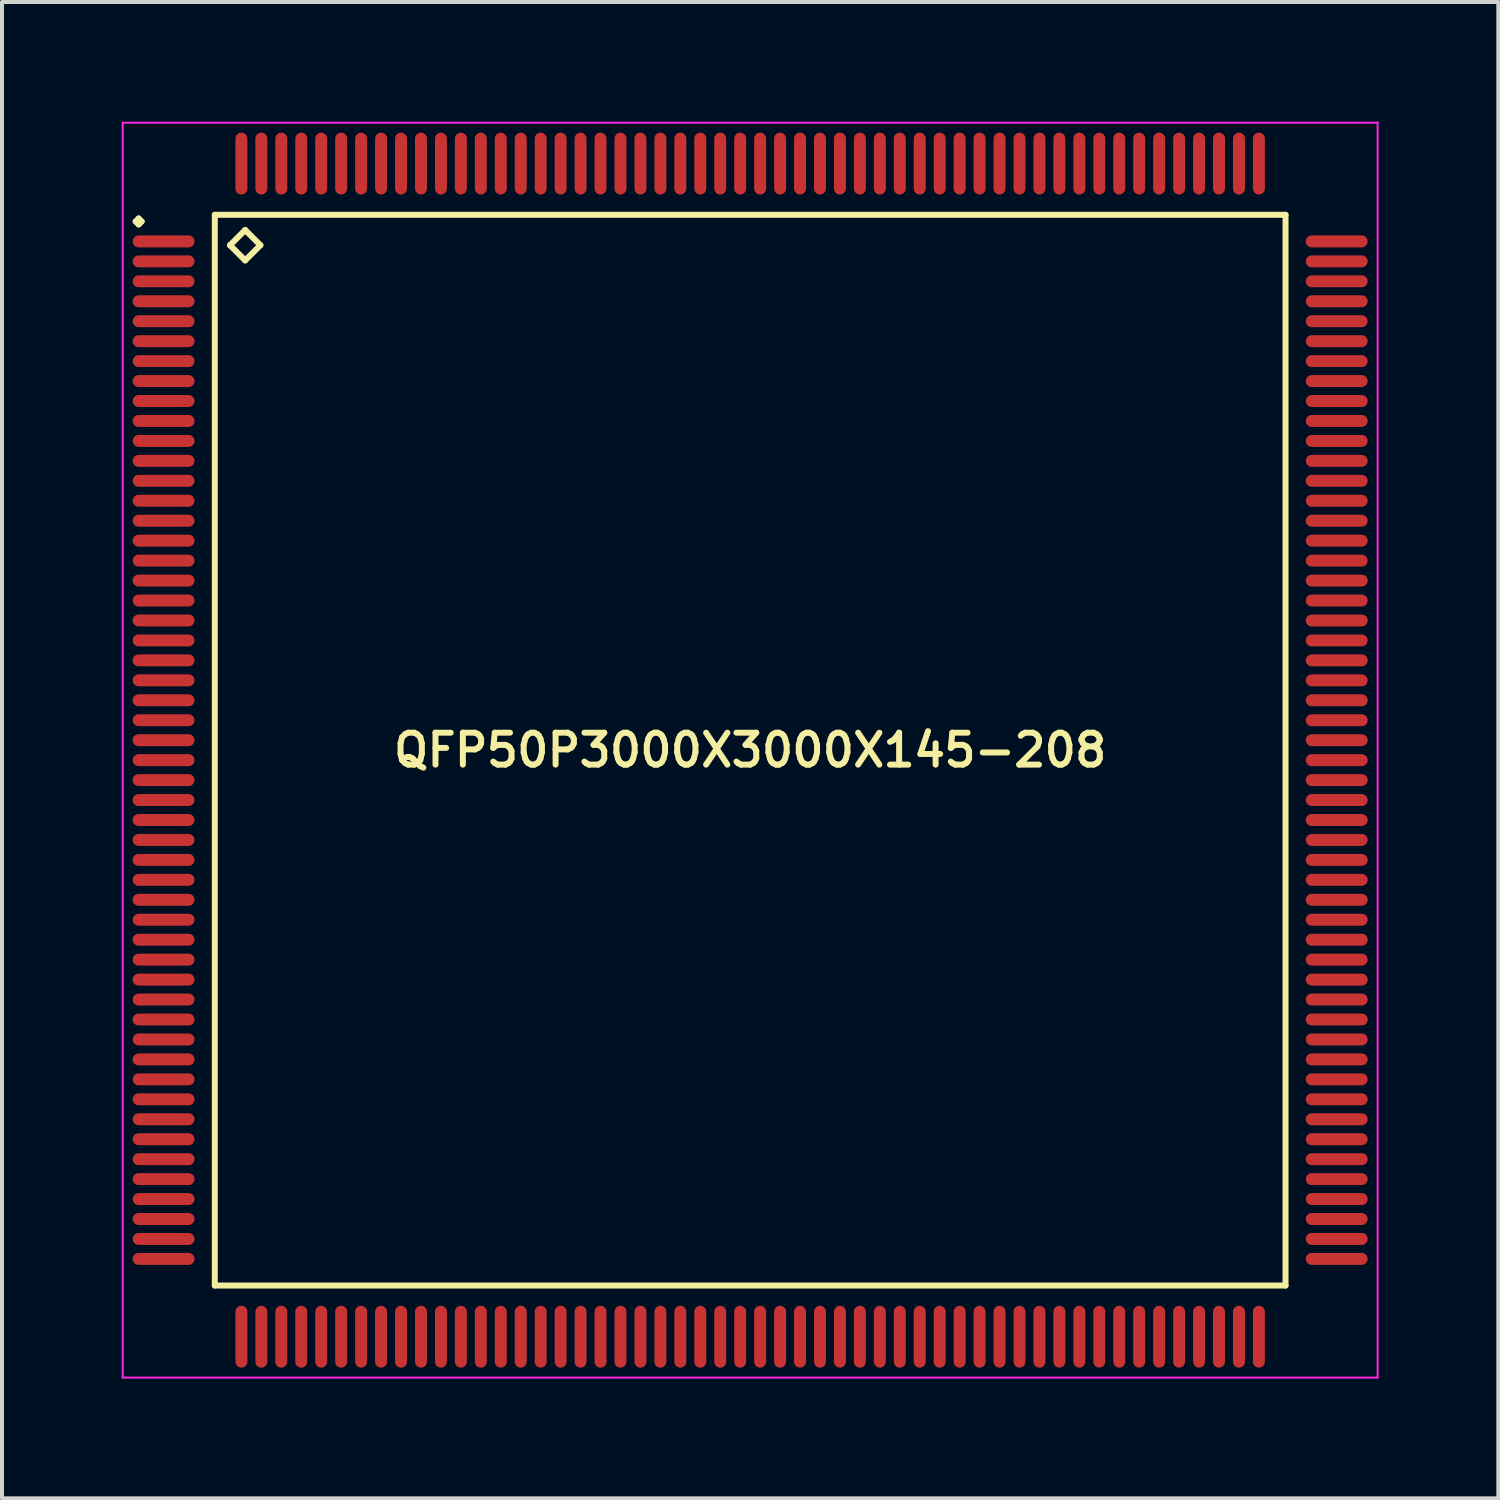
<source format=kicad_pcb>
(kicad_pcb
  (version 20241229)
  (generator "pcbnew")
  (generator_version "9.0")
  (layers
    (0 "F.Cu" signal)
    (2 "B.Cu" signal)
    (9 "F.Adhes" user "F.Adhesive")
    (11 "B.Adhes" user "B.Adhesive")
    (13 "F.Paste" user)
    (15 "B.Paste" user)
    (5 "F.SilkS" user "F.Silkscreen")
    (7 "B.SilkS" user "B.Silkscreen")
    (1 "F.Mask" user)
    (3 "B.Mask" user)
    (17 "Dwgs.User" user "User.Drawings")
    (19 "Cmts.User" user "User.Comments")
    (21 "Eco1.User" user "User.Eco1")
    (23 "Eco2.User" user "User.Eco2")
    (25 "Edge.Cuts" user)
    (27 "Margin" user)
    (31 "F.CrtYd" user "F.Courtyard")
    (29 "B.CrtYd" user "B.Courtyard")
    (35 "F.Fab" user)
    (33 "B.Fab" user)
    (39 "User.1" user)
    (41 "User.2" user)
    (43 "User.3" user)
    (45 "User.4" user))
  (footprint "QFP50P3000X3000X145-208"
    (layer "F.Cu")
    (at 15.75 15.75)
    (property "Reference" "QFP50P3000X3000X145-208" (at 0 0 0) (layer "F.SilkS") (effects (font (size 0.8 0.8) (thickness 0.15))))
    (attr smd)
    (fp_line (start -15.4 -13.25) (end -15.325 -13.325) (stroke (width 0.15) (type solid)) (layer "F.SilkS"))
    (fp_line (start -15.325 -13.325) (end -15.25 -13.25) (stroke (width 0.15) (type solid)) (layer "F.SilkS"))
    (fp_line (start -15.325 -13.175) (end -15.4 -13.25) (stroke (width 0.15) (type solid)) (layer "F.SilkS"))
    (fp_line (start -15.25 -13.25) (end -15.325 -13.175) (stroke (width 0.15) (type solid)) (layer "F.SilkS"))
    (fp_line (start -13.417 -13.417) (end -13.417 13.417) (stroke (width 0.15) (type solid)) (layer "F.SilkS"))
    (fp_line (start -13.417 13.417) (end 13.417 13.417) (stroke (width 0.15) (type solid)) (layer "F.SilkS"))
    (fp_line (start -13.036 -12.655) (end -12.655 -13.036) (stroke (width 0.15) (type solid)) (layer "F.SilkS"))
    (fp_line (start -12.655 -13.036) (end -12.274 -12.655) (stroke (width 0.15) (type solid)) (layer "F.SilkS"))
    (fp_line (start -12.655 -12.274) (end -13.036 -12.655) (stroke (width 0.15) (type solid)) (layer "F.SilkS"))
    (fp_line (start -12.274 -12.655) (end -12.655 -12.274) (stroke (width 0.15) (type solid)) (layer "F.SilkS"))
    (fp_line (start 13.417 -13.417) (end -13.417 -13.417) (stroke (width 0.15) (type solid)) (layer "F.SilkS"))
    (fp_line (start 13.417 13.417) (end 13.417 -13.417) (stroke (width 0.15) (type solid)) (layer "F.SilkS"))
    (fp_line (start -15.725 -15.725) (end 15.725 -15.725) (stroke (width 0.05) (type solid)) (layer "F.CrtYd"))
    (fp_line (start -15.725 15.725) (end -15.725 -15.725) (stroke (width 0.05) (type solid)) (layer "F.CrtYd"))
    (fp_line (start 15.725 -15.725) (end 15.725 15.725) (stroke (width 0.05) (type solid)) (layer "F.CrtYd"))
    (fp_line (start 15.725 15.725) (end -15.725 15.725) (stroke (width 0.05) (type solid)) (layer "F.CrtYd"))
    (pad "1" smd oval (at -14.7 -12.75) (size 1.55 0.3) (layers "F.Cu" "F.Mask" "F.Paste"))
    (pad "2" smd oval (at -14.7 -12.25) (size 1.55 0.3) (layers "F.Cu" "F.Mask" "F.Paste"))
    (pad "3" smd oval (at -14.7 -11.75) (size 1.55 0.3) (layers "F.Cu" "F.Mask" "F.Paste"))
    (pad "4" smd oval (at -14.7 -11.25) (size 1.55 0.3) (layers "F.Cu" "F.Mask" "F.Paste"))
    (pad "5" smd oval (at -14.7 -10.75) (size 1.55 0.3) (layers "F.Cu" "F.Mask" "F.Paste"))
    (pad "6" smd oval (at -14.7 -10.25) (size 1.55 0.3) (layers "F.Cu" "F.Mask" "F.Paste"))
    (pad "7" smd oval (at -14.7 -9.75) (size 1.55 0.3) (layers "F.Cu" "F.Mask" "F.Paste"))
    (pad "8" smd oval (at -14.7 -9.25) (size 1.55 0.3) (layers "F.Cu" "F.Mask" "F.Paste"))
    (pad "9" smd oval (at -14.7 -8.75) (size 1.55 0.3) (layers "F.Cu" "F.Mask" "F.Paste"))
    (pad "10" smd oval (at -14.7 -8.25) (size 1.55 0.3) (layers "F.Cu" "F.Mask" "F.Paste"))
    (pad "11" smd oval (at -14.7 -7.75) (size 1.55 0.3) (layers "F.Cu" "F.Mask" "F.Paste"))
    (pad "12" smd oval (at -14.7 -7.25) (size 1.55 0.3) (layers "F.Cu" "F.Mask" "F.Paste"))
    (pad "13" smd oval (at -14.7 -6.75) (size 1.55 0.3) (layers "F.Cu" "F.Mask" "F.Paste"))
    (pad "14" smd oval (at -14.7 -6.25) (size 1.55 0.3) (layers "F.Cu" "F.Mask" "F.Paste"))
    (pad "15" smd oval (at -14.7 -5.75) (size 1.55 0.3) (layers "F.Cu" "F.Mask" "F.Paste"))
    (pad "16" smd oval (at -14.7 -5.25) (size 1.55 0.3) (layers "F.Cu" "F.Mask" "F.Paste"))
    (pad "17" smd oval (at -14.7 -4.75) (size 1.55 0.3) (layers "F.Cu" "F.Mask" "F.Paste"))
    (pad "18" smd oval (at -14.7 -4.25) (size 1.55 0.3) (layers "F.Cu" "F.Mask" "F.Paste"))
    (pad "19" smd oval (at -14.7 -3.75) (size 1.55 0.3) (layers "F.Cu" "F.Mask" "F.Paste"))
    (pad "20" smd oval (at -14.7 -3.25) (size 1.55 0.3) (layers "F.Cu" "F.Mask" "F.Paste"))
    (pad "21" smd oval (at -14.7 -2.75) (size 1.55 0.3) (layers "F.Cu" "F.Mask" "F.Paste"))
    (pad "22" smd oval (at -14.7 -2.25) (size 1.55 0.3) (layers "F.Cu" "F.Mask" "F.Paste"))
    (pad "23" smd oval (at -14.7 -1.75) (size 1.55 0.3) (layers "F.Cu" "F.Mask" "F.Paste"))
    (pad "24" smd oval (at -14.7 -1.25) (size 1.55 0.3) (layers "F.Cu" "F.Mask" "F.Paste"))
    (pad "25" smd oval (at -14.7 -0.75) (size 1.55 0.3) (layers "F.Cu" "F.Mask" "F.Paste"))
    (pad "26" smd oval (at -14.7 -0.25) (size 1.55 0.3) (layers "F.Cu" "F.Mask" "F.Paste"))
    (pad "27" smd oval (at -14.7 0.25) (size 1.55 0.3) (layers "F.Cu" "F.Mask" "F.Paste"))
    (pad "28" smd oval (at -14.7 0.75) (size 1.55 0.3) (layers "F.Cu" "F.Mask" "F.Paste"))
    (pad "29" smd oval (at -14.7 1.25) (size 1.55 0.3) (layers "F.Cu" "F.Mask" "F.Paste"))
    (pad "30" smd oval (at -14.7 1.75) (size 1.55 0.3) (layers "F.Cu" "F.Mask" "F.Paste"))
    (pad "31" smd oval (at -14.7 2.25) (size 1.55 0.3) (layers "F.Cu" "F.Mask" "F.Paste"))
    (pad "32" smd oval (at -14.7 2.75) (size 1.55 0.3) (layers "F.Cu" "F.Mask" "F.Paste"))
    (pad "33" smd oval (at -14.7 3.25) (size 1.55 0.3) (layers "F.Cu" "F.Mask" "F.Paste"))
    (pad "34" smd oval (at -14.7 3.75) (size 1.55 0.3) (layers "F.Cu" "F.Mask" "F.Paste"))
    (pad "35" smd oval (at -14.7 4.25) (size 1.55 0.3) (layers "F.Cu" "F.Mask" "F.Paste"))
    (pad "36" smd oval (at -14.7 4.75) (size 1.55 0.3) (layers "F.Cu" "F.Mask" "F.Paste"))
    (pad "37" smd oval (at -14.7 5.25) (size 1.55 0.3) (layers "F.Cu" "F.Mask" "F.Paste"))
    (pad "38" smd oval (at -14.7 5.75) (size 1.55 0.3) (layers "F.Cu" "F.Mask" "F.Paste"))
    (pad "39" smd oval (at -14.7 6.25) (size 1.55 0.3) (layers "F.Cu" "F.Mask" "F.Paste"))
    (pad "40" smd oval (at -14.7 6.75) (size 1.55 0.3) (layers "F.Cu" "F.Mask" "F.Paste"))
    (pad "41" smd oval (at -14.7 7.25) (size 1.55 0.3) (layers "F.Cu" "F.Mask" "F.Paste"))
    (pad "42" smd oval (at -14.7 7.75) (size 1.55 0.3) (layers "F.Cu" "F.Mask" "F.Paste"))
    (pad "43" smd oval (at -14.7 8.25) (size 1.55 0.3) (layers "F.Cu" "F.Mask" "F.Paste"))
    (pad "44" smd oval (at -14.7 8.75) (size 1.55 0.3) (layers "F.Cu" "F.Mask" "F.Paste"))
    (pad "45" smd oval (at -14.7 9.25) (size 1.55 0.3) (layers "F.Cu" "F.Mask" "F.Paste"))
    (pad "46" smd oval (at -14.7 9.75) (size 1.55 0.3) (layers "F.Cu" "F.Mask" "F.Paste"))
    (pad "47" smd oval (at -14.7 10.25) (size 1.55 0.3) (layers "F.Cu" "F.Mask" "F.Paste"))
    (pad "48" smd oval (at -14.7 10.75) (size 1.55 0.3) (layers "F.Cu" "F.Mask" "F.Paste"))
    (pad "49" smd oval (at -14.7 11.25) (size 1.55 0.3) (layers "F.Cu" "F.Mask" "F.Paste"))
    (pad "50" smd oval (at -14.7 11.75) (size 1.55 0.3) (layers "F.Cu" "F.Mask" "F.Paste"))
    (pad "51" smd oval (at -14.7 12.25) (size 1.55 0.3) (layers "F.Cu" "F.Mask" "F.Paste"))
    (pad "52" smd oval (at -14.7 12.75) (size 1.55 0.3) (layers "F.Cu" "F.Mask" "F.Paste"))
    (pad "53" smd oval (at -12.75 14.7) (size 0.3 1.55) (layers "F.Cu" "F.Mask" "F.Paste"))
    (pad "54" smd oval (at -12.25 14.7) (size 0.3 1.55) (layers "F.Cu" "F.Mask" "F.Paste"))
    (pad "55" smd oval (at -11.75 14.7) (size 0.3 1.55) (layers "F.Cu" "F.Mask" "F.Paste"))
    (pad "56" smd oval (at -11.25 14.7) (size 0.3 1.55) (layers "F.Cu" "F.Mask" "F.Paste"))
    (pad "57" smd oval (at -10.75 14.7) (size 0.3 1.55) (layers "F.Cu" "F.Mask" "F.Paste"))
    (pad "58" smd oval (at -10.25 14.7) (size 0.3 1.55) (layers "F.Cu" "F.Mask" "F.Paste"))
    (pad "59" smd oval (at -9.75 14.7) (size 0.3 1.55) (layers "F.Cu" "F.Mask" "F.Paste"))
    (pad "60" smd oval (at -9.25 14.7) (size 0.3 1.55) (layers "F.Cu" "F.Mask" "F.Paste"))
    (pad "61" smd oval (at -8.75 14.7) (size 0.3 1.55) (layers "F.Cu" "F.Mask" "F.Paste"))
    (pad "62" smd oval (at -8.25 14.7) (size 0.3 1.55) (layers "F.Cu" "F.Mask" "F.Paste"))
    (pad "63" smd oval (at -7.75 14.7) (size 0.3 1.55) (layers "F.Cu" "F.Mask" "F.Paste"))
    (pad "64" smd oval (at -7.25 14.7) (size 0.3 1.55) (layers "F.Cu" "F.Mask" "F.Paste"))
    (pad "65" smd oval (at -6.75 14.7) (size 0.3 1.55) (layers "F.Cu" "F.Mask" "F.Paste"))
    (pad "66" smd oval (at -6.25 14.7) (size 0.3 1.55) (layers "F.Cu" "F.Mask" "F.Paste"))
    (pad "67" smd oval (at -5.75 14.7) (size 0.3 1.55) (layers "F.Cu" "F.Mask" "F.Paste"))
    (pad "68" smd oval (at -5.25 14.7) (size 0.3 1.55) (layers "F.Cu" "F.Mask" "F.Paste"))
    (pad "69" smd oval (at -4.75 14.7) (size 0.3 1.55) (layers "F.Cu" "F.Mask" "F.Paste"))
    (pad "70" smd oval (at -4.25 14.7) (size 0.3 1.55) (layers "F.Cu" "F.Mask" "F.Paste"))
    (pad "71" smd oval (at -3.75 14.7) (size 0.3 1.55) (layers "F.Cu" "F.Mask" "F.Paste"))
    (pad "72" smd oval (at -3.25 14.7) (size 0.3 1.55) (layers "F.Cu" "F.Mask" "F.Paste"))
    (pad "73" smd oval (at -2.75 14.7) (size 0.3 1.55) (layers "F.Cu" "F.Mask" "F.Paste"))
    (pad "74" smd oval (at -2.25 14.7) (size 0.3 1.55) (layers "F.Cu" "F.Mask" "F.Paste"))
    (pad "75" smd oval (at -1.75 14.7) (size 0.3 1.55) (layers "F.Cu" "F.Mask" "F.Paste"))
    (pad "76" smd oval (at -1.25 14.7) (size 0.3 1.55) (layers "F.Cu" "F.Mask" "F.Paste"))
    (pad "77" smd oval (at -0.75 14.7) (size 0.3 1.55) (layers "F.Cu" "F.Mask" "F.Paste"))
    (pad "78" smd oval (at -0.25 14.7) (size 0.3 1.55) (layers "F.Cu" "F.Mask" "F.Paste"))
    (pad "79" smd oval (at 0.25 14.7) (size 0.3 1.55) (layers "F.Cu" "F.Mask" "F.Paste"))
    (pad "80" smd oval (at 0.75 14.7) (size 0.3 1.55) (layers "F.Cu" "F.Mask" "F.Paste"))
    (pad "81" smd oval (at 1.25 14.7) (size 0.3 1.55) (layers "F.Cu" "F.Mask" "F.Paste"))
    (pad "82" smd oval (at 1.75 14.7) (size 0.3 1.55) (layers "F.Cu" "F.Mask" "F.Paste"))
    (pad "83" smd oval (at 2.25 14.7) (size 0.3 1.55) (layers "F.Cu" "F.Mask" "F.Paste"))
    (pad "84" smd oval (at 2.75 14.7) (size 0.3 1.55) (layers "F.Cu" "F.Mask" "F.Paste"))
    (pad "85" smd oval (at 3.25 14.7) (size 0.3 1.55) (layers "F.Cu" "F.Mask" "F.Paste"))
    (pad "86" smd oval (at 3.75 14.7) (size 0.3 1.55) (layers "F.Cu" "F.Mask" "F.Paste"))
    (pad "87" smd oval (at 4.25 14.7) (size 0.3 1.55) (layers "F.Cu" "F.Mask" "F.Paste"))
    (pad "88" smd oval (at 4.75 14.7) (size 0.3 1.55) (layers "F.Cu" "F.Mask" "F.Paste"))
    (pad "89" smd oval (at 5.25 14.7) (size 0.3 1.55) (layers "F.Cu" "F.Mask" "F.Paste"))
    (pad "90" smd oval (at 5.75 14.7) (size 0.3 1.55) (layers "F.Cu" "F.Mask" "F.Paste"))
    (pad "91" smd oval (at 6.25 14.7) (size 0.3 1.55) (layers "F.Cu" "F.Mask" "F.Paste"))
    (pad "92" smd oval (at 6.75 14.7) (size 0.3 1.55) (layers "F.Cu" "F.Mask" "F.Paste"))
    (pad "93" smd oval (at 7.25 14.7) (size 0.3 1.55) (layers "F.Cu" "F.Mask" "F.Paste"))
    (pad "94" smd oval (at 7.75 14.7) (size 0.3 1.55) (layers "F.Cu" "F.Mask" "F.Paste"))
    (pad "95" smd oval (at 8.25 14.7) (size 0.3 1.55) (layers "F.Cu" "F.Mask" "F.Paste"))
    (pad "96" smd oval (at 8.75 14.7) (size 0.3 1.55) (layers "F.Cu" "F.Mask" "F.Paste"))
    (pad "97" smd oval (at 9.25 14.7) (size 0.3 1.55) (layers "F.Cu" "F.Mask" "F.Paste"))
    (pad "98" smd oval (at 9.75 14.7) (size 0.3 1.55) (layers "F.Cu" "F.Mask" "F.Paste"))
    (pad "99" smd oval (at 10.25 14.7) (size 0.3 1.55) (layers "F.Cu" "F.Mask" "F.Paste"))
    (pad "100" smd oval (at 10.75 14.7) (size 0.3 1.55) (layers "F.Cu" "F.Mask" "F.Paste"))
    (pad "101" smd oval (at 11.25 14.7) (size 0.3 1.55) (layers "F.Cu" "F.Mask" "F.Paste"))
    (pad "102" smd oval (at 11.75 14.7) (size 0.3 1.55) (layers "F.Cu" "F.Mask" "F.Paste"))
    (pad "103" smd oval (at 12.25 14.7) (size 0.3 1.55) (layers "F.Cu" "F.Mask" "F.Paste"))
    (pad "104" smd oval (at 12.75 14.7) (size 0.3 1.55) (layers "F.Cu" "F.Mask" "F.Paste"))
    (pad "105" smd oval (at 14.7 12.75) (size 1.55 0.3) (layers "F.Cu" "F.Mask" "F.Paste"))
    (pad "106" smd oval (at 14.7 12.25) (size 1.55 0.3) (layers "F.Cu" "F.Mask" "F.Paste"))
    (pad "107" smd oval (at 14.7 11.75) (size 1.55 0.3) (layers "F.Cu" "F.Mask" "F.Paste"))
    (pad "108" smd oval (at 14.7 11.25) (size 1.55 0.3) (layers "F.Cu" "F.Mask" "F.Paste"))
    (pad "109" smd oval (at 14.7 10.75) (size 1.55 0.3) (layers "F.Cu" "F.Mask" "F.Paste"))
    (pad "110" smd oval (at 14.7 10.25) (size 1.55 0.3) (layers "F.Cu" "F.Mask" "F.Paste"))
    (pad "111" smd oval (at 14.7 9.75) (size 1.55 0.3) (layers "F.Cu" "F.Mask" "F.Paste"))
    (pad "112" smd oval (at 14.7 9.25) (size 1.55 0.3) (layers "F.Cu" "F.Mask" "F.Paste"))
    (pad "113" smd oval (at 14.7 8.75) (size 1.55 0.3) (layers "F.Cu" "F.Mask" "F.Paste"))
    (pad "114" smd oval (at 14.7 8.25) (size 1.55 0.3) (layers "F.Cu" "F.Mask" "F.Paste"))
    (pad "115" smd oval (at 14.7 7.75) (size 1.55 0.3) (layers "F.Cu" "F.Mask" "F.Paste"))
    (pad "116" smd oval (at 14.7 7.25) (size 1.55 0.3) (layers "F.Cu" "F.Mask" "F.Paste"))
    (pad "117" smd oval (at 14.7 6.75) (size 1.55 0.3) (layers "F.Cu" "F.Mask" "F.Paste"))
    (pad "118" smd oval (at 14.7 6.25) (size 1.55 0.3) (layers "F.Cu" "F.Mask" "F.Paste"))
    (pad "119" smd oval (at 14.7 5.75) (size 1.55 0.3) (layers "F.Cu" "F.Mask" "F.Paste"))
    (pad "120" smd oval (at 14.7 5.25) (size 1.55 0.3) (layers "F.Cu" "F.Mask" "F.Paste"))
    (pad "121" smd oval (at 14.7 4.75) (size 1.55 0.3) (layers "F.Cu" "F.Mask" "F.Paste"))
    (pad "122" smd oval (at 14.7 4.25) (size 1.55 0.3) (layers "F.Cu" "F.Mask" "F.Paste"))
    (pad "123" smd oval (at 14.7 3.75) (size 1.55 0.3) (layers "F.Cu" "F.Mask" "F.Paste"))
    (pad "124" smd oval (at 14.7 3.25) (size 1.55 0.3) (layers "F.Cu" "F.Mask" "F.Paste"))
    (pad "125" smd oval (at 14.7 2.75) (size 1.55 0.3) (layers "F.Cu" "F.Mask" "F.Paste"))
    (pad "126" smd oval (at 14.7 2.25) (size 1.55 0.3) (layers "F.Cu" "F.Mask" "F.Paste"))
    (pad "127" smd oval (at 14.7 1.75) (size 1.55 0.3) (layers "F.Cu" "F.Mask" "F.Paste"))
    (pad "128" smd oval (at 14.7 1.25) (size 1.55 0.3) (layers "F.Cu" "F.Mask" "F.Paste"))
    (pad "129" smd oval (at 14.7 0.75) (size 1.55 0.3) (layers "F.Cu" "F.Mask" "F.Paste"))
    (pad "130" smd oval (at 14.7 0.25) (size 1.55 0.3) (layers "F.Cu" "F.Mask" "F.Paste"))
    (pad "131" smd oval (at 14.7 -0.25) (size 1.55 0.3) (layers "F.Cu" "F.Mask" "F.Paste"))
    (pad "132" smd oval (at 14.7 -0.75) (size 1.55 0.3) (layers "F.Cu" "F.Mask" "F.Paste"))
    (pad "133" smd oval (at 14.7 -1.25) (size 1.55 0.3) (layers "F.Cu" "F.Mask" "F.Paste"))
    (pad "134" smd oval (at 14.7 -1.75) (size 1.55 0.3) (layers "F.Cu" "F.Mask" "F.Paste"))
    (pad "135" smd oval (at 14.7 -2.25) (size 1.55 0.3) (layers "F.Cu" "F.Mask" "F.Paste"))
    (pad "136" smd oval (at 14.7 -2.75) (size 1.55 0.3) (layers "F.Cu" "F.Mask" "F.Paste"))
    (pad "137" smd oval (at 14.7 -3.25) (size 1.55 0.3) (layers "F.Cu" "F.Mask" "F.Paste"))
    (pad "138" smd oval (at 14.7 -3.75) (size 1.55 0.3) (layers "F.Cu" "F.Mask" "F.Paste"))
    (pad "139" smd oval (at 14.7 -4.25) (size 1.55 0.3) (layers "F.Cu" "F.Mask" "F.Paste"))
    (pad "140" smd oval (at 14.7 -4.75) (size 1.55 0.3) (layers "F.Cu" "F.Mask" "F.Paste"))
    (pad "141" smd oval (at 14.7 -5.25) (size 1.55 0.3) (layers "F.Cu" "F.Mask" "F.Paste"))
    (pad "142" smd oval (at 14.7 -5.75) (size 1.55 0.3) (layers "F.Cu" "F.Mask" "F.Paste"))
    (pad "143" smd oval (at 14.7 -6.25) (size 1.55 0.3) (layers "F.Cu" "F.Mask" "F.Paste"))
    (pad "144" smd oval (at 14.7 -6.75) (size 1.55 0.3) (layers "F.Cu" "F.Mask" "F.Paste"))
    (pad "145" smd oval (at 14.7 -7.25) (size 1.55 0.3) (layers "F.Cu" "F.Mask" "F.Paste"))
    (pad "146" smd oval (at 14.7 -7.75) (size 1.55 0.3) (layers "F.Cu" "F.Mask" "F.Paste"))
    (pad "147" smd oval (at 14.7 -8.25) (size 1.55 0.3) (layers "F.Cu" "F.Mask" "F.Paste"))
    (pad "148" smd oval (at 14.7 -8.75) (size 1.55 0.3) (layers "F.Cu" "F.Mask" "F.Paste"))
    (pad "149" smd oval (at 14.7 -9.25) (size 1.55 0.3) (layers "F.Cu" "F.Mask" "F.Paste"))
    (pad "150" smd oval (at 14.7 -9.75) (size 1.55 0.3) (layers "F.Cu" "F.Mask" "F.Paste"))
    (pad "151" smd oval (at 14.7 -10.25) (size 1.55 0.3) (layers "F.Cu" "F.Mask" "F.Paste"))
    (pad "152" smd oval (at 14.7 -10.75) (size 1.55 0.3) (layers "F.Cu" "F.Mask" "F.Paste"))
    (pad "153" smd oval (at 14.7 -11.25) (size 1.55 0.3) (layers "F.Cu" "F.Mask" "F.Paste"))
    (pad "154" smd oval (at 14.7 -11.75) (size 1.55 0.3) (layers "F.Cu" "F.Mask" "F.Paste"))
    (pad "155" smd oval (at 14.7 -12.25) (size 1.55 0.3) (layers "F.Cu" "F.Mask" "F.Paste"))
    (pad "156" smd oval (at 14.7 -12.75) (size 1.55 0.3) (layers "F.Cu" "F.Mask" "F.Paste"))
    (pad "157" smd oval (at 12.75 -14.7) (size 0.3 1.55) (layers "F.Cu" "F.Mask" "F.Paste"))
    (pad "158" smd oval (at 12.25 -14.7) (size 0.3 1.55) (layers "F.Cu" "F.Mask" "F.Paste"))
    (pad "159" smd oval (at 11.75 -14.7) (size 0.3 1.55) (layers "F.Cu" "F.Mask" "F.Paste"))
    (pad "160" smd oval (at 11.25 -14.7) (size 0.3 1.55) (layers "F.Cu" "F.Mask" "F.Paste"))
    (pad "161" smd oval (at 10.75 -14.7) (size 0.3 1.55) (layers "F.Cu" "F.Mask" "F.Paste"))
    (pad "162" smd oval (at 10.25 -14.7) (size 0.3 1.55) (layers "F.Cu" "F.Mask" "F.Paste"))
    (pad "163" smd oval (at 9.75 -14.7) (size 0.3 1.55) (layers "F.Cu" "F.Mask" "F.Paste"))
    (pad "164" smd oval (at 9.25 -14.7) (size 0.3 1.55) (layers "F.Cu" "F.Mask" "F.Paste"))
    (pad "165" smd oval (at 8.75 -14.7) (size 0.3 1.55) (layers "F.Cu" "F.Mask" "F.Paste"))
    (pad "166" smd oval (at 8.25 -14.7) (size 0.3 1.55) (layers "F.Cu" "F.Mask" "F.Paste"))
    (pad "167" smd oval (at 7.75 -14.7) (size 0.3 1.55) (layers "F.Cu" "F.Mask" "F.Paste"))
    (pad "168" smd oval (at 7.25 -14.7) (size 0.3 1.55) (layers "F.Cu" "F.Mask" "F.Paste"))
    (pad "169" smd oval (at 6.75 -14.7) (size 0.3 1.55) (layers "F.Cu" "F.Mask" "F.Paste"))
    (pad "170" smd oval (at 6.25 -14.7) (size 0.3 1.55) (layers "F.Cu" "F.Mask" "F.Paste"))
    (pad "171" smd oval (at 5.75 -14.7) (size 0.3 1.55) (layers "F.Cu" "F.Mask" "F.Paste"))
    (pad "172" smd oval (at 5.25 -14.7) (size 0.3 1.55) (layers "F.Cu" "F.Mask" "F.Paste"))
    (pad "173" smd oval (at 4.75 -14.7) (size 0.3 1.55) (layers "F.Cu" "F.Mask" "F.Paste"))
    (pad "174" smd oval (at 4.25 -14.7) (size 0.3 1.55) (layers "F.Cu" "F.Mask" "F.Paste"))
    (pad "175" smd oval (at 3.75 -14.7) (size 0.3 1.55) (layers "F.Cu" "F.Mask" "F.Paste"))
    (pad "176" smd oval (at 3.25 -14.7) (size 0.3 1.55) (layers "F.Cu" "F.Mask" "F.Paste"))
    (pad "177" smd oval (at 2.75 -14.7) (size 0.3 1.55) (layers "F.Cu" "F.Mask" "F.Paste"))
    (pad "178" smd oval (at 2.25 -14.7) (size 0.3 1.55) (layers "F.Cu" "F.Mask" "F.Paste"))
    (pad "179" smd oval (at 1.75 -14.7) (size 0.3 1.55) (layers "F.Cu" "F.Mask" "F.Paste"))
    (pad "180" smd oval (at 1.25 -14.7) (size 0.3 1.55) (layers "F.Cu" "F.Mask" "F.Paste"))
    (pad "181" smd oval (at 0.75 -14.7) (size 0.3 1.55) (layers "F.Cu" "F.Mask" "F.Paste"))
    (pad "182" smd oval (at 0.25 -14.7) (size 0.3 1.55) (layers "F.Cu" "F.Mask" "F.Paste"))
    (pad "183" smd oval (at -0.25 -14.7) (size 0.3 1.55) (layers "F.Cu" "F.Mask" "F.Paste"))
    (pad "184" smd oval (at -0.75 -14.7) (size 0.3 1.55) (layers "F.Cu" "F.Mask" "F.Paste"))
    (pad "185" smd oval (at -1.25 -14.7) (size 0.3 1.55) (layers "F.Cu" "F.Mask" "F.Paste"))
    (pad "186" smd oval (at -1.75 -14.7) (size 0.3 1.55) (layers "F.Cu" "F.Mask" "F.Paste"))
    (pad "187" smd oval (at -2.25 -14.7) (size 0.3 1.55) (layers "F.Cu" "F.Mask" "F.Paste"))
    (pad "188" smd oval (at -2.75 -14.7) (size 0.3 1.55) (layers "F.Cu" "F.Mask" "F.Paste"))
    (pad "189" smd oval (at -3.25 -14.7) (size 0.3 1.55) (layers "F.Cu" "F.Mask" "F.Paste"))
    (pad "190" smd oval (at -3.75 -14.7) (size 0.3 1.55) (layers "F.Cu" "F.Mask" "F.Paste"))
    (pad "191" smd oval (at -4.25 -14.7) (size 0.3 1.55) (layers "F.Cu" "F.Mask" "F.Paste"))
    (pad "192" smd oval (at -4.75 -14.7) (size 0.3 1.55) (layers "F.Cu" "F.Mask" "F.Paste"))
    (pad "193" smd oval (at -5.25 -14.7) (size 0.3 1.55) (layers "F.Cu" "F.Mask" "F.Paste"))
    (pad "194" smd oval (at -5.75 -14.7) (size 0.3 1.55) (layers "F.Cu" "F.Mask" "F.Paste"))
    (pad "195" smd oval (at -6.25 -14.7) (size 0.3 1.55) (layers "F.Cu" "F.Mask" "F.Paste"))
    (pad "196" smd oval (at -6.75 -14.7) (size 0.3 1.55) (layers "F.Cu" "F.Mask" "F.Paste"))
    (pad "197" smd oval (at -7.25 -14.7) (size 0.3 1.55) (layers "F.Cu" "F.Mask" "F.Paste"))
    (pad "198" smd oval (at -7.75 -14.7) (size 0.3 1.55) (layers "F.Cu" "F.Mask" "F.Paste"))
    (pad "199" smd oval (at -8.25 -14.7) (size 0.3 1.55) (layers "F.Cu" "F.Mask" "F.Paste"))
    (pad "200" smd oval (at -8.75 -14.7) (size 0.3 1.55) (layers "F.Cu" "F.Mask" "F.Paste"))
    (pad "201" smd oval (at -9.25 -14.7) (size 0.3 1.55) (layers "F.Cu" "F.Mask" "F.Paste"))
    (pad "202" smd oval (at -9.75 -14.7) (size 0.3 1.55) (layers "F.Cu" "F.Mask" "F.Paste"))
    (pad "203" smd oval (at -10.25 -14.7) (size 0.3 1.55) (layers "F.Cu" "F.Mask" "F.Paste"))
    (pad "204" smd oval (at -10.75 -14.7) (size 0.3 1.55) (layers "F.Cu" "F.Mask" "F.Paste"))
    (pad "205" smd oval (at -11.25 -14.7) (size 0.3 1.55) (layers "F.Cu" "F.Mask" "F.Paste"))
    (pad "206" smd oval (at -11.75 -14.7) (size 0.3 1.55) (layers "F.Cu" "F.Mask" "F.Paste"))
    (pad "207" smd oval (at -12.25 -14.7) (size 0.3 1.55) (layers "F.Cu" "F.Mask" "F.Paste"))
    (pad "208" smd oval (at -12.75 -14.7) (size 0.3 1.55) (layers "F.Cu" "F.Mask" "F.Paste")))
  (gr_rect
    (start -3 -3)
    (end 34.5 34.5)
    (stroke (width 0.1) (type default))
    (fill no)
    (layer "Edge.Cuts")))
</source>
